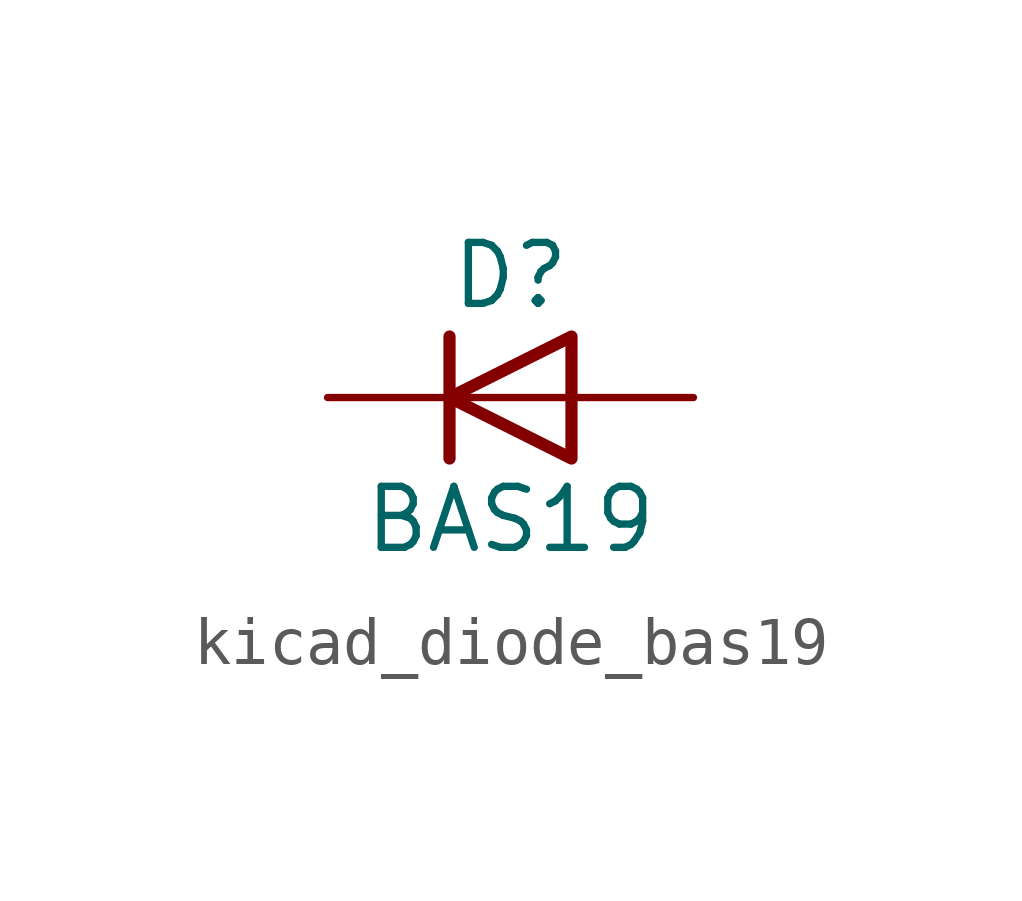
<source format=kicad_sym>
(kicad_symbol_lib
  (version 20220914)
  (generator kicad_symbol_editor)
  (symbol "kicad_diode_bas19"
    (pin_numbers hide)
    (pin_names hide)
    (property "Reference" "D"
      (at 0 2.54 0)
      (effects (font (size 1.27 1.27))))
    (property "Value" "BAS19"
      (at 0 -2.54 0)
      (effects (font (size 1.27 1.27))))
    (symbol "kicad_diode_bas19_0_1"
      (polyline (pts (xy -1.27 1.27) (xy -1.27 -1.27)) (stroke (width 0.254) (type default)) (fill (type none)))
      (polyline (pts (xy 1.27 0) (xy -1.27 0)) (stroke (width 0) (type default)) (fill (type none)))
      (polyline (pts (xy 1.27 1.27) (xy 1.27 -1.27) (xy -1.27 0) (xy 1.27 1.27)) (stroke (width 0.254) (type default)) (fill (type none))))
    (symbol "kicad_diode_bas19_1_1"
      (pin passive line (at 3.81 0 180) (length 2.54) (name "A" (effects (font (size 1.27 1.27)))) (number "1" (effects (font (size 1.27 1.27)))))
      (pin no_connect line (at -1.27 0 0) (length 2.54) hide (name "NC" (effects (font (size 1.27 1.27)))) (number "2" (effects (font (size 1.27 1.27)))))
      (pin passive line (at -3.81 0 0) (length 2.54) (name "K" (effects (font (size 1.27 1.27)))) (number "3" (effects (font (size 1.27 1.27))))))))
</source>
